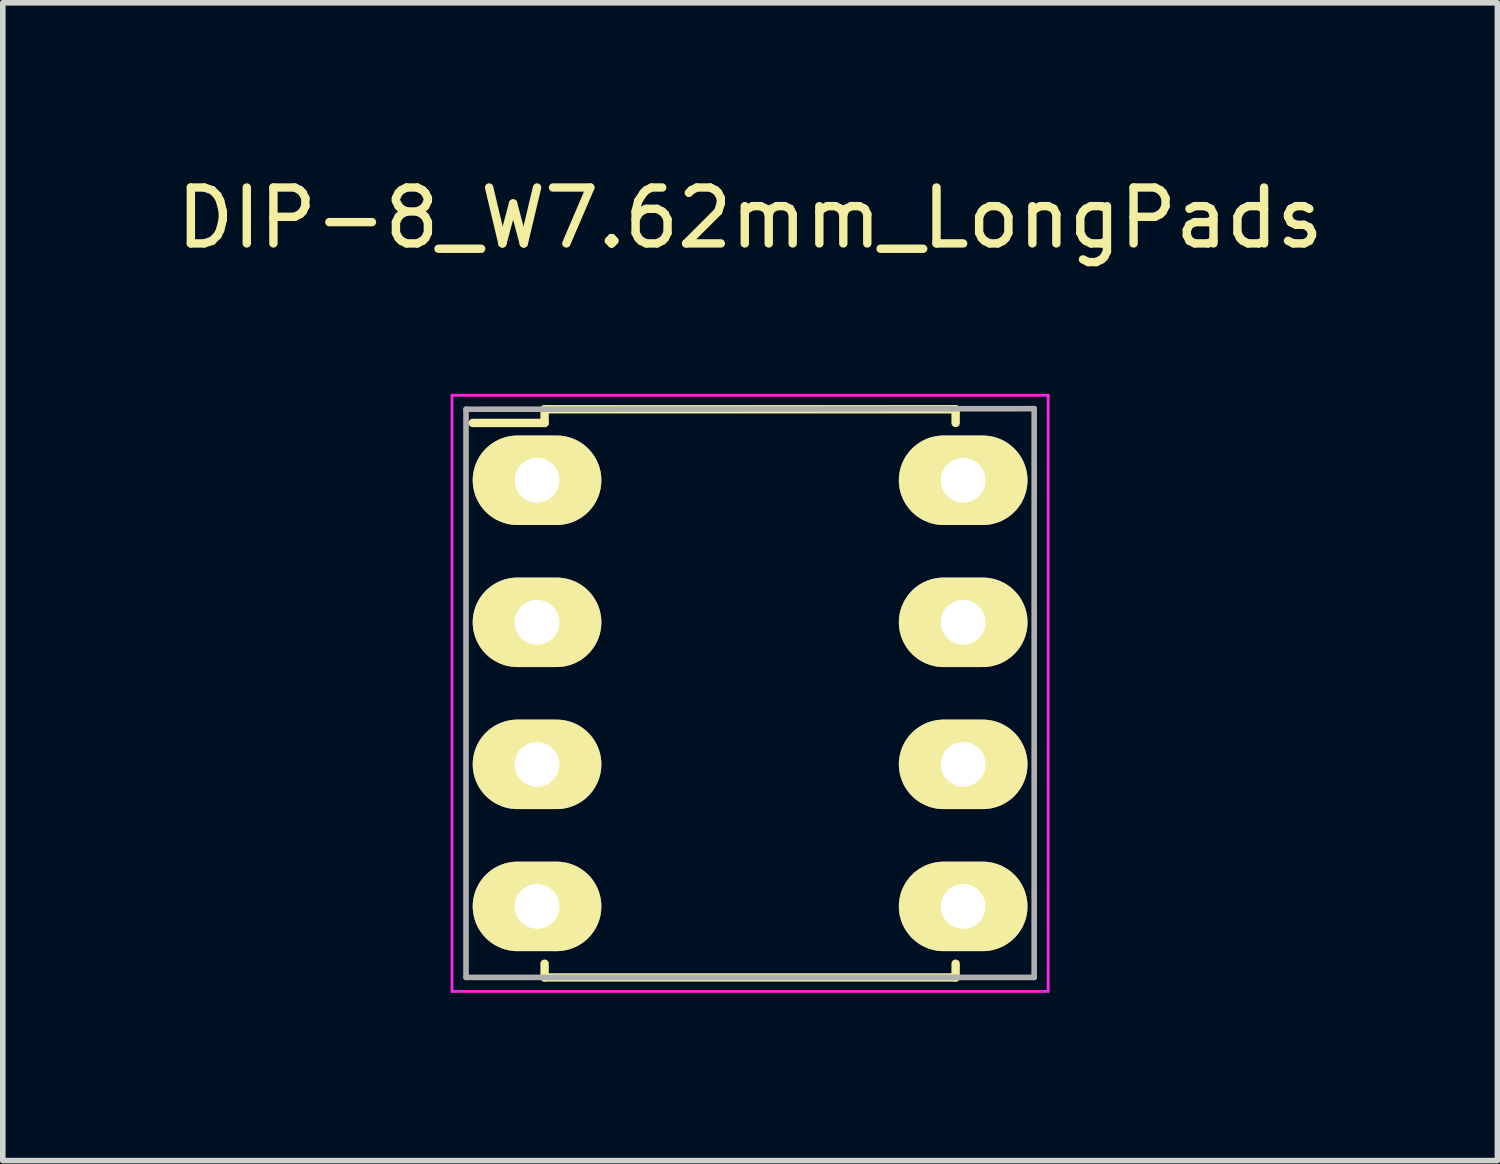
<source format=kicad_pcb>
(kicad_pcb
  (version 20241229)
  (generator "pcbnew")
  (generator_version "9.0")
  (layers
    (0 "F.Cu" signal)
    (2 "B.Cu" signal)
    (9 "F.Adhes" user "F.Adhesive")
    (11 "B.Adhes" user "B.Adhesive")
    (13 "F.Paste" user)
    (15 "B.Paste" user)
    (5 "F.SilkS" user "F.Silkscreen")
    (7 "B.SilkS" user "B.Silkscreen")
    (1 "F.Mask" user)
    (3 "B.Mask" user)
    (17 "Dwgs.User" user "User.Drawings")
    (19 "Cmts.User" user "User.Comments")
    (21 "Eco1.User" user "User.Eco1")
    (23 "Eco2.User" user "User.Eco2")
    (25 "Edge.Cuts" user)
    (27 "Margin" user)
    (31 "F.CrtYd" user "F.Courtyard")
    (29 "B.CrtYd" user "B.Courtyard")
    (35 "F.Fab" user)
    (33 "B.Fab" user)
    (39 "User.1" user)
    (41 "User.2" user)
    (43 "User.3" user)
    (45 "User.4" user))
  (footprint "DIP-8_W7.62mm_LongPads"
    (layer "F.Cu")
    (at 10.363 9.348)
    (property "Reference" "DIP-8_W7.62mm_LongPads" (at 0 -8.5 0) (layer "F.SilkS") (effects (font (size 1 1) (thickness 0.15))))
    (attr through_hole)
    (fp_line (start -3.675 -5.08) (end -3.675 -4.835) (stroke (width 0.15) (type solid)) (layer "F.SilkS"))
    (fp_line (start -3.675 -5.08) (end 3.675 -5.08) (stroke (width 0.15) (type solid)) (layer "F.SilkS"))
    (fp_line (start -3.675 -4.835) (end -4.96 -4.835) (stroke (width 0.15) (type solid)) (layer "F.SilkS"))
    (fp_line (start -3.675 5.08) (end -3.675 4.835) (stroke (width 0.15) (type solid)) (layer "F.SilkS"))
    (fp_line (start -3.675 5.08) (end 3.675 5.08) (stroke (width 0.15) (type solid)) (layer "F.SilkS"))
    (fp_line (start 3.675 -5.08) (end 3.675 -4.835) (stroke (width 0.15) (type solid)) (layer "F.SilkS"))
    (fp_line (start 3.675 5.08) (end 3.675 4.835) (stroke (width 0.15) (type solid)) (layer "F.SilkS"))
    (fp_line (start -5.33 -5.33) (end -5.33 5.33) (stroke (width 0.05) (type solid)) (layer "F.CrtYd"))
    (fp_line (start -5.33 -5.33) (end 5.33 -5.33) (stroke (width 0.05) (type solid)) (layer "F.CrtYd"))
    (fp_line (start -5.33 5.33) (end 5.33 5.33) (stroke (width 0.05) (type solid)) (layer "F.CrtYd"))
    (fp_line (start 5.33 -5.33) (end 5.33 5.33) (stroke (width 0.05) (type solid)) (layer "F.CrtYd"))
    (fp_line (start -5.08 -5.08) (end 5.08 -5.09) (stroke (width 0.1) (type solid)) (layer "F.Fab"))
    (fp_line (start -5.08 5.08) (end -5.08 -5.08) (stroke (width 0.1) (type solid)) (layer "F.Fab"))
    (fp_line (start 5.08 -5.09) (end 5.08 5.08) (stroke (width 0.1) (type solid)) (layer "F.Fab"))
    (fp_line (start 5.08 5.08) (end -5.08 5.08) (stroke (width 0.1) (type solid)) (layer "F.Fab"))
    (pad "1" thru_hole oval (at -3.81 -3.81) (size 2.3 1.6) (drill 0.8) (layers "*.Cu" "*.Mask" "F.SilkS"))
    (pad "2" thru_hole oval (at -3.81 -1.27) (size 2.3 1.6) (drill 0.8) (layers "*.Cu" "*.Mask" "F.SilkS"))
    (pad "3" thru_hole oval (at -3.81 1.27) (size 2.3 1.6) (drill 0.8) (layers "*.Cu" "*.Mask" "F.SilkS"))
    (pad "4" thru_hole oval (at -3.81 3.81) (size 2.3 1.6) (drill 0.8) (layers "*.Cu" "*.Mask" "F.SilkS"))
    (pad "5" thru_hole oval (at 3.81 3.81) (size 2.3 1.6) (drill 0.8) (layers "*.Cu" "*.Mask" "F.SilkS"))
    (pad "6" thru_hole oval (at 3.81 1.27) (size 2.3 1.6) (drill 0.8) (layers "*.Cu" "*.Mask" "F.SilkS"))
    (pad "7" thru_hole oval (at 3.81 -1.27) (size 2.3 1.6) (drill 0.8) (layers "*.Cu" "*.Mask" "F.SilkS"))
    (pad "8" thru_hole oval (at 3.81 -3.81) (size 2.3 1.6) (drill 0.8) (layers "*.Cu" "*.Mask" "F.SilkS")))
  (gr_rect
    (start -3 -3)
    (end 23.726 17.703)
    (stroke (width 0.1) (type default))
    (fill no)
    (layer "Edge.Cuts")))
</source>
